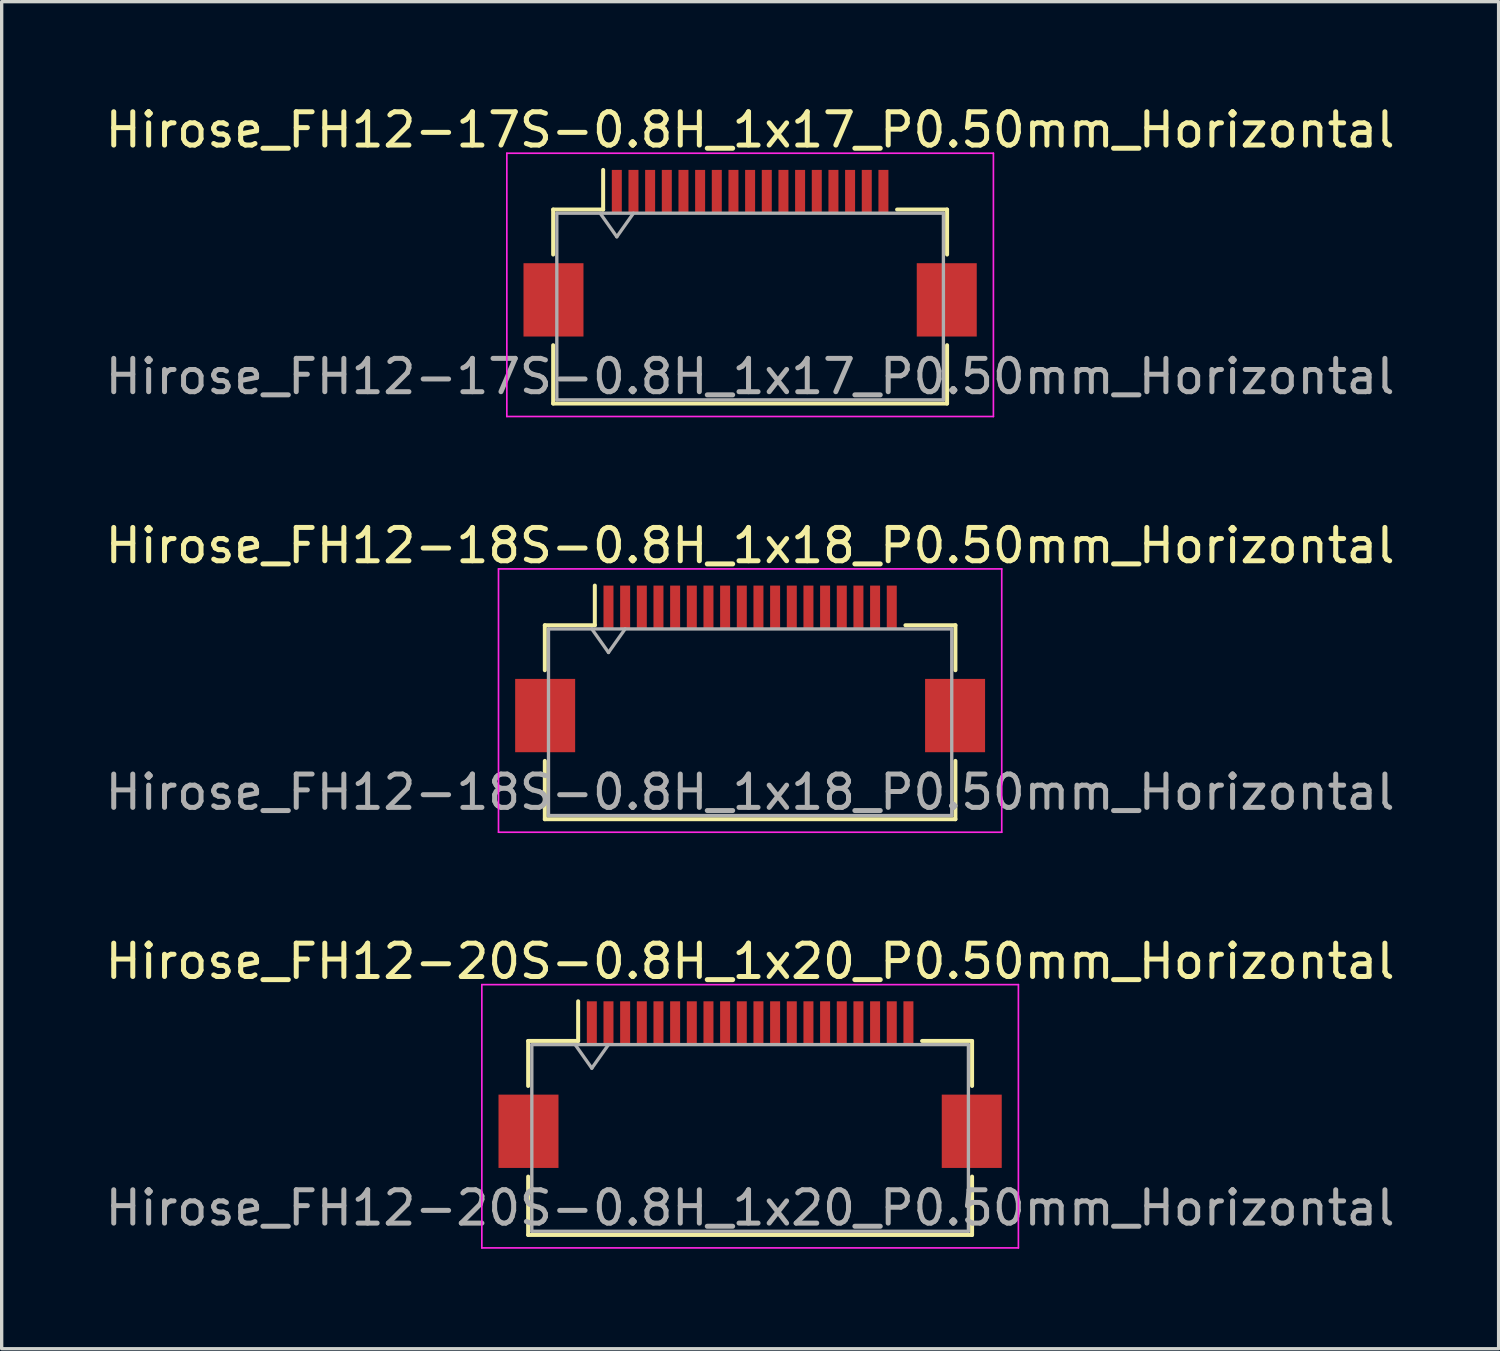
<source format=kicad_pcb>
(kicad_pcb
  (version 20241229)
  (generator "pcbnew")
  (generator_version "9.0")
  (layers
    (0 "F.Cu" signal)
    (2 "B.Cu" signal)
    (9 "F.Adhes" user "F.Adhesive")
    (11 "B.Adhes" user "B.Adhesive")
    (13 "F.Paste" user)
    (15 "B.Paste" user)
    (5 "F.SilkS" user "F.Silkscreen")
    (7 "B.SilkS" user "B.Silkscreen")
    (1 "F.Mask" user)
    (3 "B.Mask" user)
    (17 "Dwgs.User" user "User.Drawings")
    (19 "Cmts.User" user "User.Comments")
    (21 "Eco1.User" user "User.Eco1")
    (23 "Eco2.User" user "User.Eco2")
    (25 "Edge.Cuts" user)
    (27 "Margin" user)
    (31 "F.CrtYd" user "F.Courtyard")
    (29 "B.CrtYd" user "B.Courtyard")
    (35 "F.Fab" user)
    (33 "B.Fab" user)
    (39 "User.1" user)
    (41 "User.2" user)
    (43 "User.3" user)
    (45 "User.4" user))
  (footprint "Hirose_FH12-18S-0.8H_1x18_P0.50mm_Horizontal"
    (layer "F.Cu")
    (at 19.458 17.021)
    (property "Reference" "Hirose_FH12-18S-0.8H_1x18_P0.50mm_Horizontal" (at 0 -3.7 0) (layer "F.SilkS") (effects (font (size 1 1) (thickness 0.15))))
    (attr smd)
    (fp_line (start -6.16 -1.31) (end -4.66 -1.31) (stroke (width 0.12) (type solid)) (layer "F.SilkS"))
    (fp_line (start -6.16 0.04) (end -6.16 -1.31) (stroke (width 0.12) (type solid)) (layer "F.SilkS"))
    (fp_line (start -6.16 2.76) (end -6.16 4.51) (stroke (width 0.12) (type solid)) (layer "F.SilkS"))
    (fp_line (start -6.16 4.51) (end 6.16 4.51) (stroke (width 0.12) (type solid)) (layer "F.SilkS"))
    (fp_line (start -4.66 -1.31) (end -4.66 -2.5) (stroke (width 0.12) (type solid)) (layer "F.SilkS"))
    (fp_line (start 6.16 -1.31) (end 4.66 -1.31) (stroke (width 0.12) (type solid)) (layer "F.SilkS"))
    (fp_line (start 6.16 0.04) (end 6.16 -1.31) (stroke (width 0.12) (type solid)) (layer "F.SilkS"))
    (fp_line (start 6.16 4.51) (end 6.16 2.76) (stroke (width 0.12) (type solid)) (layer "F.SilkS"))
    (fp_line (start -7.55 -3) (end -7.55 4.9) (stroke (width 0.05) (type solid)) (layer "F.CrtYd"))
    (fp_line (start -7.55 4.9) (end 7.55 4.9) (stroke (width 0.05) (type solid)) (layer "F.CrtYd"))
    (fp_line (start 7.55 -3) (end -7.55 -3) (stroke (width 0.05) (type solid)) (layer "F.CrtYd"))
    (fp_line (start 7.55 4.9) (end 7.55 -3) (stroke (width 0.05) (type solid)) (layer "F.CrtYd"))
    (fp_line (start -6.05 -1.2) (end -6.05 4.4) (stroke (width 0.1) (type solid)) (layer "F.Fab"))
    (fp_line (start -6.05 -1.2) (end 6.05 -1.2) (stroke (width 0.1) (type solid)) (layer "F.Fab"))
    (fp_line (start -6.05 4.4) (end 6.05 4.4) (stroke (width 0.1) (type solid)) (layer "F.Fab"))
    (fp_line (start -4.75 -1.2) (end -4.25 -0.493) (stroke (width 0.1) (type solid)) (layer "F.Fab"))
    (fp_line (start -4.25 -0.493) (end -3.75 -1.2) (stroke (width 0.1) (type solid)) (layer "F.Fab"))
    (fp_line (start 6.05 -1.2) (end 6.05 4.4) (stroke (width 0.1) (type solid)) (layer "F.Fab"))
    (fp_text user "${REFERENCE}" (at 0 3.7 0) (layer "F.Fab") (effects (font (size 1 1) (thickness 0.15))))
    (pad "" smd rect (at -6.15 1.4) (size 1.8 2.2) (layers "F.Cu" "F.Mask" "F.Paste"))
    (pad "" smd rect (at 6.15 1.4) (size 1.8 2.2) (layers "F.Cu" "F.Mask" "F.Paste"))
    (pad "1" smd rect (at -4.25 -1.85) (size 0.3 1.3) (layers "F.Cu" "F.Mask" "F.Paste"))
    (pad "2" smd rect (at -3.75 -1.85) (size 0.3 1.3) (layers "F.Cu" "F.Mask" "F.Paste"))
    (pad "3" smd rect (at -3.25 -1.85) (size 0.3 1.3) (layers "F.Cu" "F.Mask" "F.Paste"))
    (pad "4" smd rect (at -2.75 -1.85) (size 0.3 1.3) (layers "F.Cu" "F.Mask" "F.Paste"))
    (pad "5" smd rect (at -2.25 -1.85) (size 0.3 1.3) (layers "F.Cu" "F.Mask" "F.Paste"))
    (pad "6" smd rect (at -1.75 -1.85) (size 0.3 1.3) (layers "F.Cu" "F.Mask" "F.Paste"))
    (pad "7" smd rect (at -1.25 -1.85) (size 0.3 1.3) (layers "F.Cu" "F.Mask" "F.Paste"))
    (pad "8" smd rect (at -0.75 -1.85) (size 0.3 1.3) (layers "F.Cu" "F.Mask" "F.Paste"))
    (pad "9" smd rect (at -0.25 -1.85) (size 0.3 1.3) (layers "F.Cu" "F.Mask" "F.Paste"))
    (pad "10" smd rect (at 0.25 -1.85) (size 0.3 1.3) (layers "F.Cu" "F.Mask" "F.Paste"))
    (pad "11" smd rect (at 0.75 -1.85) (size 0.3 1.3) (layers "F.Cu" "F.Mask" "F.Paste"))
    (pad "12" smd rect (at 1.25 -1.85) (size 0.3 1.3) (layers "F.Cu" "F.Mask" "F.Paste"))
    (pad "13" smd rect (at 1.75 -1.85) (size 0.3 1.3) (layers "F.Cu" "F.Mask" "F.Paste"))
    (pad "14" smd rect (at 2.25 -1.85) (size 0.3 1.3) (layers "F.Cu" "F.Mask" "F.Paste"))
    (pad "15" smd rect (at 2.75 -1.85) (size 0.3 1.3) (layers "F.Cu" "F.Mask" "F.Paste"))
    (pad "16" smd rect (at 3.25 -1.85) (size 0.3 1.3) (layers "F.Cu" "F.Mask" "F.Paste"))
    (pad "17" smd rect (at 3.75 -1.85) (size 0.3 1.3) (layers "F.Cu" "F.Mask" "F.Paste"))
    (pad "18" smd rect (at 4.25 -1.85) (size 0.3 1.3) (layers "F.Cu" "F.Mask" "F.Paste")))
  (footprint "Hirose_FH12-20S-0.8H_1x20_P0.50mm_Horizontal"
    (layer "F.Cu")
    (at 19.458 29.495)
    (property "Reference" "Hirose_FH12-20S-0.8H_1x20_P0.50mm_Horizontal" (at 0 -3.7 0) (layer "F.SilkS") (effects (font (size 1 1) (thickness 0.15))))
    (attr smd)
    (fp_line (start -6.66 -1.31) (end -5.16 -1.31) (stroke (width 0.12) (type solid)) (layer "F.SilkS"))
    (fp_line (start -6.66 0.04) (end -6.66 -1.31) (stroke (width 0.12) (type solid)) (layer "F.SilkS"))
    (fp_line (start -6.66 2.76) (end -6.66 4.51) (stroke (width 0.12) (type solid)) (layer "F.SilkS"))
    (fp_line (start -6.66 4.51) (end 6.66 4.51) (stroke (width 0.12) (type solid)) (layer "F.SilkS"))
    (fp_line (start -5.16 -1.31) (end -5.16 -2.5) (stroke (width 0.12) (type solid)) (layer "F.SilkS"))
    (fp_line (start 6.66 -1.31) (end 5.16 -1.31) (stroke (width 0.12) (type solid)) (layer "F.SilkS"))
    (fp_line (start 6.66 0.04) (end 6.66 -1.31) (stroke (width 0.12) (type solid)) (layer "F.SilkS"))
    (fp_line (start 6.66 4.51) (end 6.66 2.76) (stroke (width 0.12) (type solid)) (layer "F.SilkS"))
    (fp_line (start -8.05 -3) (end -8.05 4.9) (stroke (width 0.05) (type solid)) (layer "F.CrtYd"))
    (fp_line (start -8.05 4.9) (end 8.05 4.9) (stroke (width 0.05) (type solid)) (layer "F.CrtYd"))
    (fp_line (start 8.05 -3) (end -8.05 -3) (stroke (width 0.05) (type solid)) (layer "F.CrtYd"))
    (fp_line (start 8.05 4.9) (end 8.05 -3) (stroke (width 0.05) (type solid)) (layer "F.CrtYd"))
    (fp_line (start -6.55 -1.2) (end -6.55 4.4) (stroke (width 0.1) (type solid)) (layer "F.Fab"))
    (fp_line (start -6.55 -1.2) (end 6.55 -1.2) (stroke (width 0.1) (type solid)) (layer "F.Fab"))
    (fp_line (start -6.55 4.4) (end 6.55 4.4) (stroke (width 0.1) (type solid)) (layer "F.Fab"))
    (fp_line (start -5.25 -1.2) (end -4.75 -0.493) (stroke (width 0.1) (type solid)) (layer "F.Fab"))
    (fp_line (start -4.75 -0.493) (end -4.25 -1.2) (stroke (width 0.1) (type solid)) (layer "F.Fab"))
    (fp_line (start 6.55 -1.2) (end 6.55 4.4) (stroke (width 0.1) (type solid)) (layer "F.Fab"))
    (fp_text user "${REFERENCE}" (at 0 3.7 0) (layer "F.Fab") (effects (font (size 1 1) (thickness 0.15))))
    (pad "" smd rect (at -6.65 1.4) (size 1.8 2.2) (layers "F.Cu" "F.Mask" "F.Paste"))
    (pad "" smd rect (at 6.65 1.4) (size 1.8 2.2) (layers "F.Cu" "F.Mask" "F.Paste"))
    (pad "1" smd rect (at -4.75 -1.85) (size 0.3 1.3) (layers "F.Cu" "F.Mask" "F.Paste"))
    (pad "2" smd rect (at -4.25 -1.85) (size 0.3 1.3) (layers "F.Cu" "F.Mask" "F.Paste"))
    (pad "3" smd rect (at -3.75 -1.85) (size 0.3 1.3) (layers "F.Cu" "F.Mask" "F.Paste"))
    (pad "4" smd rect (at -3.25 -1.85) (size 0.3 1.3) (layers "F.Cu" "F.Mask" "F.Paste"))
    (pad "5" smd rect (at -2.75 -1.85) (size 0.3 1.3) (layers "F.Cu" "F.Mask" "F.Paste"))
    (pad "6" smd rect (at -2.25 -1.85) (size 0.3 1.3) (layers "F.Cu" "F.Mask" "F.Paste"))
    (pad "7" smd rect (at -1.75 -1.85) (size 0.3 1.3) (layers "F.Cu" "F.Mask" "F.Paste"))
    (pad "8" smd rect (at -1.25 -1.85) (size 0.3 1.3) (layers "F.Cu" "F.Mask" "F.Paste"))
    (pad "9" smd rect (at -0.75 -1.85) (size 0.3 1.3) (layers "F.Cu" "F.Mask" "F.Paste"))
    (pad "10" smd rect (at -0.25 -1.85) (size 0.3 1.3) (layers "F.Cu" "F.Mask" "F.Paste"))
    (pad "11" smd rect (at 0.25 -1.85) (size 0.3 1.3) (layers "F.Cu" "F.Mask" "F.Paste"))
    (pad "12" smd rect (at 0.75 -1.85) (size 0.3 1.3) (layers "F.Cu" "F.Mask" "F.Paste"))
    (pad "13" smd rect (at 1.25 -1.85) (size 0.3 1.3) (layers "F.Cu" "F.Mask" "F.Paste"))
    (pad "14" smd rect (at 1.75 -1.85) (size 0.3 1.3) (layers "F.Cu" "F.Mask" "F.Paste"))
    (pad "15" smd rect (at 2.25 -1.85) (size 0.3 1.3) (layers "F.Cu" "F.Mask" "F.Paste"))
    (pad "16" smd rect (at 2.75 -1.85) (size 0.3 1.3) (layers "F.Cu" "F.Mask" "F.Paste"))
    (pad "17" smd rect (at 3.25 -1.85) (size 0.3 1.3) (layers "F.Cu" "F.Mask" "F.Paste"))
    (pad "18" smd rect (at 3.75 -1.85) (size 0.3 1.3) (layers "F.Cu" "F.Mask" "F.Paste"))
    (pad "19" smd rect (at 4.25 -1.85) (size 0.3 1.3) (layers "F.Cu" "F.Mask" "F.Paste"))
    (pad "20" smd rect (at 4.75 -1.85) (size 0.3 1.3) (layers "F.Cu" "F.Mask" "F.Paste")))
  (footprint "Hirose_FH12-17S-0.8H_1x17_P0.50mm_Horizontal"
    (layer "F.Cu")
    (at 19.458 4.548)
    (property "Reference" "Hirose_FH12-17S-0.8H_1x17_P0.50mm_Horizontal" (at 0 -3.7 0) (layer "F.SilkS") (effects (font (size 1 1) (thickness 0.15))))
    (attr smd)
    (fp_line (start -5.91 -1.31) (end -4.41 -1.31) (stroke (width 0.12) (type solid)) (layer "F.SilkS"))
    (fp_line (start -5.91 0.04) (end -5.91 -1.31) (stroke (width 0.12) (type solid)) (layer "F.SilkS"))
    (fp_line (start -5.91 2.76) (end -5.91 4.51) (stroke (width 0.12) (type solid)) (layer "F.SilkS"))
    (fp_line (start -5.91 4.51) (end 5.91 4.51) (stroke (width 0.12) (type solid)) (layer "F.SilkS"))
    (fp_line (start -4.41 -1.31) (end -4.41 -2.5) (stroke (width 0.12) (type solid)) (layer "F.SilkS"))
    (fp_line (start 5.91 -1.31) (end 4.41 -1.31) (stroke (width 0.12) (type solid)) (layer "F.SilkS"))
    (fp_line (start 5.91 0.04) (end 5.91 -1.31) (stroke (width 0.12) (type solid)) (layer "F.SilkS"))
    (fp_line (start 5.91 4.51) (end 5.91 2.76) (stroke (width 0.12) (type solid)) (layer "F.SilkS"))
    (fp_line (start -7.3 -3) (end -7.3 4.9) (stroke (width 0.05) (type solid)) (layer "F.CrtYd"))
    (fp_line (start -7.3 4.9) (end 7.3 4.9) (stroke (width 0.05) (type solid)) (layer "F.CrtYd"))
    (fp_line (start 7.3 -3) (end -7.3 -3) (stroke (width 0.05) (type solid)) (layer "F.CrtYd"))
    (fp_line (start 7.3 4.9) (end 7.3 -3) (stroke (width 0.05) (type solid)) (layer "F.CrtYd"))
    (fp_line (start -5.8 -1.2) (end -5.8 4.4) (stroke (width 0.1) (type solid)) (layer "F.Fab"))
    (fp_line (start -5.8 -1.2) (end 5.8 -1.2) (stroke (width 0.1) (type solid)) (layer "F.Fab"))
    (fp_line (start -5.8 4.4) (end 5.8 4.4) (stroke (width 0.1) (type solid)) (layer "F.Fab"))
    (fp_line (start -4.5 -1.2) (end -4 -0.493) (stroke (width 0.1) (type solid)) (layer "F.Fab"))
    (fp_line (start -4 -0.493) (end -3.5 -1.2) (stroke (width 0.1) (type solid)) (layer "F.Fab"))
    (fp_line (start 5.8 -1.2) (end 5.8 4.4) (stroke (width 0.1) (type solid)) (layer "F.Fab"))
    (fp_text user "${REFERENCE}" (at 0 3.7 0) (layer "F.Fab") (effects (font (size 1 1) (thickness 0.15))))
    (pad "" smd rect (at -5.9 1.4) (size 1.8 2.2) (layers "F.Cu" "F.Mask" "F.Paste"))
    (pad "" smd rect (at 5.9 1.4) (size 1.8 2.2) (layers "F.Cu" "F.Mask" "F.Paste"))
    (pad "1" smd rect (at -4 -1.85) (size 0.3 1.3) (layers "F.Cu" "F.Mask" "F.Paste"))
    (pad "2" smd rect (at -3.5 -1.85) (size 0.3 1.3) (layers "F.Cu" "F.Mask" "F.Paste"))
    (pad "3" smd rect (at -3 -1.85) (size 0.3 1.3) (layers "F.Cu" "F.Mask" "F.Paste"))
    (pad "4" smd rect (at -2.5 -1.85) (size 0.3 1.3) (layers "F.Cu" "F.Mask" "F.Paste"))
    (pad "5" smd rect (at -2 -1.85) (size 0.3 1.3) (layers "F.Cu" "F.Mask" "F.Paste"))
    (pad "6" smd rect (at -1.5 -1.85) (size 0.3 1.3) (layers "F.Cu" "F.Mask" "F.Paste"))
    (pad "7" smd rect (at -1 -1.85) (size 0.3 1.3) (layers "F.Cu" "F.Mask" "F.Paste"))
    (pad "8" smd rect (at -0.5 -1.85) (size 0.3 1.3) (layers "F.Cu" "F.Mask" "F.Paste"))
    (pad "9" smd rect (at 0 -1.85) (size 0.3 1.3) (layers "F.Cu" "F.Mask" "F.Paste"))
    (pad "10" smd rect (at 0.5 -1.85) (size 0.3 1.3) (layers "F.Cu" "F.Mask" "F.Paste"))
    (pad "11" smd rect (at 1 -1.85) (size 0.3 1.3) (layers "F.Cu" "F.Mask" "F.Paste"))
    (pad "12" smd rect (at 1.5 -1.85) (size 0.3 1.3) (layers "F.Cu" "F.Mask" "F.Paste"))
    (pad "13" smd rect (at 2 -1.85) (size 0.3 1.3) (layers "F.Cu" "F.Mask" "F.Paste"))
    (pad "14" smd rect (at 2.5 -1.85) (size 0.3 1.3) (layers "F.Cu" "F.Mask" "F.Paste"))
    (pad "15" smd rect (at 3 -1.85) (size 0.3 1.3) (layers "F.Cu" "F.Mask" "F.Paste"))
    (pad "16" smd rect (at 3.5 -1.85) (size 0.3 1.3) (layers "F.Cu" "F.Mask" "F.Paste"))
    (pad "17" smd rect (at 4 -1.85) (size 0.3 1.3) (layers "F.Cu" "F.Mask" "F.Paste")))
  (gr_rect
    (start -3 -3)
    (end 41.917 37.42)
    (stroke (width 0.1) (type default))
    (fill no)
    (layer "Edge.Cuts")))
</source>
